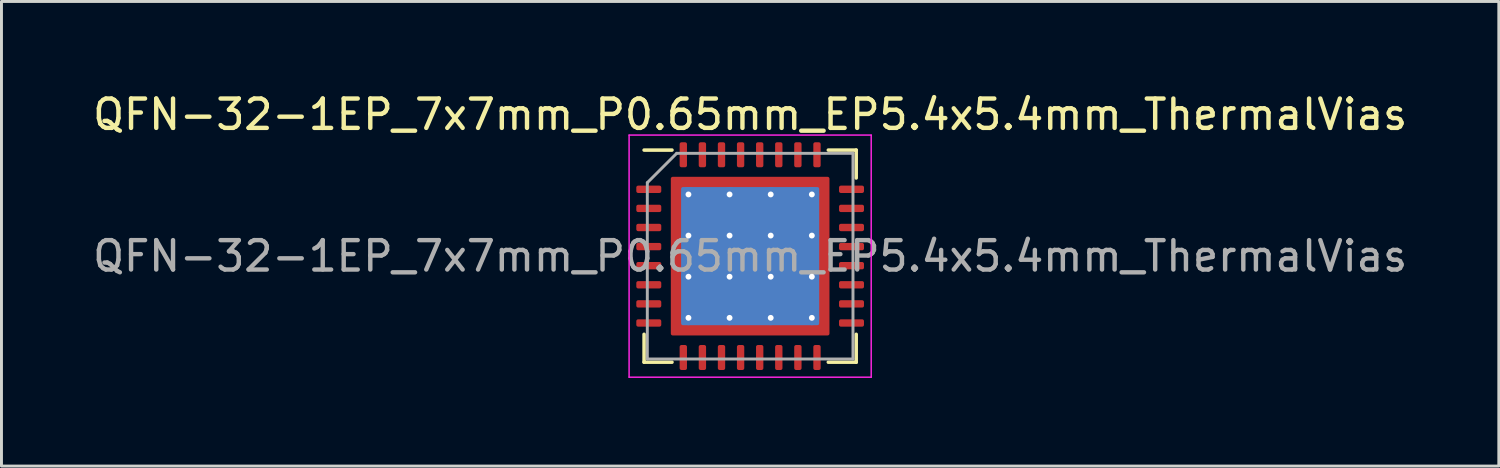
<source format=kicad_pcb>
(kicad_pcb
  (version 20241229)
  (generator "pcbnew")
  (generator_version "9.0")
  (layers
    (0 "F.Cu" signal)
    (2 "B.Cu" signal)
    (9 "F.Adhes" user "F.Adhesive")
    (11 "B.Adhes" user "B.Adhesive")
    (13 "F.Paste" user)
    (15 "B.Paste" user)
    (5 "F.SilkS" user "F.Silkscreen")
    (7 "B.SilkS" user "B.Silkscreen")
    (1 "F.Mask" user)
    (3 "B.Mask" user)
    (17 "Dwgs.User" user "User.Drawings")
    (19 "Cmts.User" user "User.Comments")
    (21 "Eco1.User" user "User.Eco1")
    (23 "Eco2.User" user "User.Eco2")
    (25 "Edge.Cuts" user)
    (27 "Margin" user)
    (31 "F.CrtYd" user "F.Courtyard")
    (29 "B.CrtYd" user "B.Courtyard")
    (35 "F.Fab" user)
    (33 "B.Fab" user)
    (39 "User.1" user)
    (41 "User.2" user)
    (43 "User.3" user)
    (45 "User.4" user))
  (footprint "QFN-32-1EP_7x7mm_P0.65mm_EP5.4x5.4mm_ThermalVias"
    (layer "F.Cu")
    (at 22.482 5.668)
    (property "Reference" "QFN-32-1EP_7x7mm_P0.65mm_EP5.4x5.4mm_ThermalVias" (at 0 -4.82 0) (layer "F.SilkS") (effects (font (size 1 1) (thickness 0.15))))
    (attr smd)
    (fp_line (start -3.61 3.61) (end -3.61 2.66) (stroke (width 0.12) (type solid)) (layer "F.SilkS"))
    (fp_line (start -2.66 -3.61) (end -3.61 -3.61) (stroke (width 0.12) (type solid)) (layer "F.SilkS"))
    (fp_line (start -2.66 3.61) (end -3.61 3.61) (stroke (width 0.12) (type solid)) (layer "F.SilkS"))
    (fp_line (start 2.66 -3.61) (end 3.61 -3.61) (stroke (width 0.12) (type solid)) (layer "F.SilkS"))
    (fp_line (start 2.66 3.61) (end 3.61 3.61) (stroke (width 0.12) (type solid)) (layer "F.SilkS"))
    (fp_line (start 3.61 -3.61) (end 3.61 -2.66) (stroke (width 0.12) (type solid)) (layer "F.SilkS"))
    (fp_line (start 3.61 3.61) (end 3.61 2.66) (stroke (width 0.12) (type solid)) (layer "F.SilkS"))
    (fp_line (start -4.12 -4.12) (end -4.12 4.12) (stroke (width 0.05) (type solid)) (layer "F.CrtYd"))
    (fp_line (start -4.12 4.12) (end 4.12 4.12) (stroke (width 0.05) (type solid)) (layer "F.CrtYd"))
    (fp_line (start 4.12 -4.12) (end -4.12 -4.12) (stroke (width 0.05) (type solid)) (layer "F.CrtYd"))
    (fp_line (start 4.12 4.12) (end 4.12 -4.12) (stroke (width 0.05) (type solid)) (layer "F.CrtYd"))
    (fp_line (start -3.5 -2.5) (end -2.5 -3.5) (stroke (width 0.1) (type solid)) (layer "F.Fab"))
    (fp_line (start -3.5 3.5) (end -3.5 -2.5) (stroke (width 0.1) (type solid)) (layer "F.Fab"))
    (fp_line (start -2.5 -3.5) (end 3.5 -3.5) (stroke (width 0.1) (type solid)) (layer "F.Fab"))
    (fp_line (start 3.5 -3.5) (end 3.5 3.5) (stroke (width 0.1) (type solid)) (layer "F.Fab"))
    (fp_line (start 3.5 3.5) (end -3.5 3.5) (stroke (width 0.1) (type solid)) (layer "F.Fab"))
    (fp_text user "${REFERENCE}" (at 0 0 0) (layer "F.Fab") (effects (font (size 1 1) (thickness 0.15))))
    (pad "" smd custom (at -2.4 -2.4) (size 0.366 0.366) (layers "F.Paste") (options (anchor circle)) (primitives (gr_poly (pts (xy -0.124 -0.124) (xy 0.124 -0.124) (xy 0.124 0.026) (xy 0.026 0.124) (xy -0.124 0.124)) (width 0.236) (fill yes))))
    (pad "" smd custom (at -2.4 -1.4) (size 0.421 0.421) (layers "F.Paste") (options (anchor circle)) (primitives (gr_poly (pts (xy -0.179 -0.501) (xy 0.127 -0.501) (xy 0.179 -0.449) (xy 0.179 0.449) (xy 0.127 0.501) (xy -0.179 0.501)) (width 0.126) (fill yes))))
    (pad "" smd custom (at -2.4 0) (size 0.421 0.421) (layers "F.Paste") (options (anchor circle)) (primitives (gr_poly (pts (xy -0.179 -0.501) (xy 0.127 -0.501) (xy 0.179 -0.449) (xy 0.179 0.449) (xy 0.127 0.501) (xy -0.179 0.501)) (width 0.126) (fill yes))))
    (pad "" smd custom (at -2.4 1.4) (size 0.421 0.421) (layers "F.Paste") (options (anchor circle)) (primitives (gr_poly (pts (xy -0.179 -0.501) (xy 0.127 -0.501) (xy 0.179 -0.449) (xy 0.179 0.449) (xy 0.127 0.501) (xy -0.179 0.501)) (width 0.126) (fill yes))))
    (pad "" smd custom (at -2.4 2.4) (size 0.366 0.366) (layers "F.Paste") (options (anchor circle)) (primitives (gr_poly (pts (xy -0.124 -0.124) (xy 0.026 -0.124) (xy 0.124 -0.026) (xy 0.124 0.124) (xy -0.124 0.124)) (width 0.236) (fill yes))))
    (pad "" smd custom (at -1.4 -2.4) (size 0.421 0.421) (layers "F.Paste") (options (anchor circle)) (primitives (gr_poly (pts (xy -0.501 -0.179) (xy 0.501 -0.179) (xy 0.501 0.127) (xy 0.449 0.179) (xy -0.449 0.179) (xy -0.501 0.127)) (width 0.126) (fill yes))))
    (pad "" smd roundrect (at -1.4 -1.4) (size 1.129 1.129) (layers "F.Paste") (roundrect_rratio 0.221))
    (pad "" smd roundrect (at -1.4 0) (size 1.129 1.129) (layers "F.Paste") (roundrect_rratio 0.221))
    (pad "" smd roundrect (at -1.4 1.4) (size 1.129 1.129) (layers "F.Paste") (roundrect_rratio 0.221))
    (pad "" smd custom (at -1.4 2.4) (size 0.421 0.421) (layers "F.Paste") (options (anchor circle)) (primitives (gr_poly (pts (xy -0.501 -0.127) (xy -0.449 -0.179) (xy 0.449 -0.179) (xy 0.501 -0.127) (xy 0.501 0.179) (xy -0.501 0.179)) (width 0.126) (fill yes))))
    (pad "" smd custom (at 0 -2.4) (size 0.421 0.421) (layers "F.Paste") (options (anchor circle)) (primitives (gr_poly (pts (xy -0.501 -0.179) (xy 0.501 -0.179) (xy 0.501 0.127) (xy 0.449 0.179) (xy -0.449 0.179) (xy -0.501 0.127)) (width 0.126) (fill yes))))
    (pad "" smd roundrect (at 0 -1.4) (size 1.129 1.129) (layers "F.Paste") (roundrect_rratio 0.221))
    (pad "" smd roundrect (at 0 0) (size 1.129 1.129) (layers "F.Paste") (roundrect_rratio 0.221))
    (pad "" smd roundrect (at 0 1.4) (size 1.129 1.129) (layers "F.Paste") (roundrect_rratio 0.221))
    (pad "" smd custom (at 0 2.4) (size 0.421 0.421) (layers "F.Paste") (options (anchor circle)) (primitives (gr_poly (pts (xy -0.501 -0.127) (xy -0.449 -0.179) (xy 0.449 -0.179) (xy 0.501 -0.127) (xy 0.501 0.179) (xy -0.501 0.179)) (width 0.126) (fill yes))))
    (pad "" smd custom (at 1.4 -2.4) (size 0.421 0.421) (layers "F.Paste") (options (anchor circle)) (primitives (gr_poly (pts (xy -0.501 -0.179) (xy 0.501 -0.179) (xy 0.501 0.127) (xy 0.449 0.179) (xy -0.449 0.179) (xy -0.501 0.127)) (width 0.126) (fill yes))))
    (pad "" smd roundrect (at 1.4 -1.4) (size 1.129 1.129) (layers "F.Paste") (roundrect_rratio 0.221))
    (pad "" smd roundrect (at 1.4 0) (size 1.129 1.129) (layers "F.Paste") (roundrect_rratio 0.221))
    (pad "" smd roundrect (at 1.4 1.4) (size 1.129 1.129) (layers "F.Paste") (roundrect_rratio 0.221))
    (pad "" smd custom (at 1.4 2.4) (size 0.421 0.421) (layers "F.Paste") (options (anchor circle)) (primitives (gr_poly (pts (xy -0.501 -0.127) (xy -0.449 -0.179) (xy 0.449 -0.179) (xy 0.501 -0.127) (xy 0.501 0.179) (xy -0.501 0.179)) (width 0.126) (fill yes))))
    (pad "" smd custom (at 2.4 -2.4) (size 0.366 0.366) (layers "F.Paste") (options (anchor circle)) (primitives (gr_poly (pts (xy -0.124 -0.124) (xy 0.124 -0.124) (xy 0.124 0.124) (xy -0.026 0.124) (xy -0.124 0.026)) (width 0.236) (fill yes))))
    (pad "" smd custom (at 2.4 -1.4) (size 0.421 0.421) (layers "F.Paste") (options (anchor circle)) (primitives (gr_poly (pts (xy -0.179 -0.449) (xy -0.127 -0.501) (xy 0.179 -0.501) (xy 0.179 0.501) (xy -0.127 0.501) (xy -0.179 0.449)) (width 0.126) (fill yes))))
    (pad "" smd custom (at 2.4 0) (size 0.421 0.421) (layers "F.Paste") (options (anchor circle)) (primitives (gr_poly (pts (xy -0.179 -0.449) (xy -0.127 -0.501) (xy 0.179 -0.501) (xy 0.179 0.501) (xy -0.127 0.501) (xy -0.179 0.449)) (width 0.126) (fill yes))))
    (pad "" smd custom (at 2.4 1.4) (size 0.421 0.421) (layers "F.Paste") (options (anchor circle)) (primitives (gr_poly (pts (xy -0.179 -0.449) (xy -0.127 -0.501) (xy 0.179 -0.501) (xy 0.179 0.501) (xy -0.127 0.501) (xy -0.179 0.449)) (width 0.126) (fill yes))))
    (pad "" smd custom (at 2.4 2.4) (size 0.366 0.366) (layers "F.Paste") (options (anchor circle)) (primitives (gr_poly (pts (xy -0.124 -0.026) (xy -0.026 -0.124) (xy 0.124 -0.124) (xy 0.124 0.124) (xy -0.124 0.124)) (width 0.236) (fill yes))))
    (pad "1" smd roundrect (at -3.45 -2.275) (size 0.85 0.25) (layers "F.Cu" "F.Mask" "F.Paste") (roundrect_rratio 0.25))
    (pad "2" smd roundrect (at -3.45 -1.625) (size 0.85 0.25) (layers "F.Cu" "F.Mask" "F.Paste") (roundrect_rratio 0.25))
    (pad "3" smd roundrect (at -3.45 -0.975) (size 0.85 0.25) (layers "F.Cu" "F.Mask" "F.Paste") (roundrect_rratio 0.25))
    (pad "4" smd roundrect (at -3.45 -0.325) (size 0.85 0.25) (layers "F.Cu" "F.Mask" "F.Paste") (roundrect_rratio 0.25))
    (pad "5" smd roundrect (at -3.45 0.325) (size 0.85 0.25) (layers "F.Cu" "F.Mask" "F.Paste") (roundrect_rratio 0.25))
    (pad "6" smd roundrect (at -3.45 0.975) (size 0.85 0.25) (layers "F.Cu" "F.Mask" "F.Paste") (roundrect_rratio 0.25))
    (pad "7" smd roundrect (at -3.45 1.625) (size 0.85 0.25) (layers "F.Cu" "F.Mask" "F.Paste") (roundrect_rratio 0.25))
    (pad "8" smd roundrect (at -3.45 2.275) (size 0.85 0.25) (layers "F.Cu" "F.Mask" "F.Paste") (roundrect_rratio 0.25))
    (pad "9" smd roundrect (at -2.275 3.45) (size 0.25 0.85) (layers "F.Cu" "F.Mask" "F.Paste") (roundrect_rratio 0.25))
    (pad "10" smd roundrect (at -1.625 3.45) (size 0.25 0.85) (layers "F.Cu" "F.Mask" "F.Paste") (roundrect_rratio 0.25))
    (pad "11" smd roundrect (at -0.975 3.45) (size 0.25 0.85) (layers "F.Cu" "F.Mask" "F.Paste") (roundrect_rratio 0.25))
    (pad "12" smd roundrect (at -0.325 3.45) (size 0.25 0.85) (layers "F.Cu" "F.Mask" "F.Paste") (roundrect_rratio 0.25))
    (pad "13" smd roundrect (at 0.325 3.45) (size 0.25 0.85) (layers "F.Cu" "F.Mask" "F.Paste") (roundrect_rratio 0.25))
    (pad "14" smd roundrect (at 0.975 3.45) (size 0.25 0.85) (layers "F.Cu" "F.Mask" "F.Paste") (roundrect_rratio 0.25))
    (pad "15" smd roundrect (at 1.625 3.45) (size 0.25 0.85) (layers "F.Cu" "F.Mask" "F.Paste") (roundrect_rratio 0.25))
    (pad "16" smd roundrect (at 2.275 3.45) (size 0.25 0.85) (layers "F.Cu" "F.Mask" "F.Paste") (roundrect_rratio 0.25))
    (pad "17" smd roundrect (at 3.45 2.275) (size 0.85 0.25) (layers "F.Cu" "F.Mask" "F.Paste") (roundrect_rratio 0.25))
    (pad "18" smd roundrect (at 3.45 1.625) (size 0.85 0.25) (layers "F.Cu" "F.Mask" "F.Paste") (roundrect_rratio 0.25))
    (pad "19" smd roundrect (at 3.45 0.975) (size 0.85 0.25) (layers "F.Cu" "F.Mask" "F.Paste") (roundrect_rratio 0.25))
    (pad "20" smd roundrect (at 3.45 0.325) (size 0.85 0.25) (layers "F.Cu" "F.Mask" "F.Paste") (roundrect_rratio 0.25))
    (pad "21" smd roundrect (at 3.45 -0.325) (size 0.85 0.25) (layers "F.Cu" "F.Mask" "F.Paste") (roundrect_rratio 0.25))
    (pad "22" smd roundrect (at 3.45 -0.975) (size 0.85 0.25) (layers "F.Cu" "F.Mask" "F.Paste") (roundrect_rratio 0.25))
    (pad "23" smd roundrect (at 3.45 -1.625) (size 0.85 0.25) (layers "F.Cu" "F.Mask" "F.Paste") (roundrect_rratio 0.25))
    (pad "24" smd roundrect (at 3.45 -2.275) (size 0.85 0.25) (layers "F.Cu" "F.Mask" "F.Paste") (roundrect_rratio 0.25))
    (pad "25" smd roundrect (at 2.275 -3.45) (size 0.25 0.85) (layers "F.Cu" "F.Mask" "F.Paste") (roundrect_rratio 0.25))
    (pad "26" smd roundrect (at 1.625 -3.45) (size 0.25 0.85) (layers "F.Cu" "F.Mask" "F.Paste") (roundrect_rratio 0.25))
    (pad "27" smd roundrect (at 0.975 -3.45) (size 0.25 0.85) (layers "F.Cu" "F.Mask" "F.Paste") (roundrect_rratio 0.25))
    (pad "28" smd roundrect (at 0.325 -3.45) (size 0.25 0.85) (layers "F.Cu" "F.Mask" "F.Paste") (roundrect_rratio 0.25))
    (pad "29" smd roundrect (at -0.325 -3.45) (size 0.25 0.85) (layers "F.Cu" "F.Mask" "F.Paste") (roundrect_rratio 0.25))
    (pad "30" smd roundrect (at -0.975 -3.45) (size 0.25 0.85) (layers "F.Cu" "F.Mask" "F.Paste") (roundrect_rratio 0.25))
    (pad "31" smd roundrect (at -1.625 -3.45) (size 0.25 0.85) (layers "F.Cu" "F.Mask" "F.Paste") (roundrect_rratio 0.25))
    (pad "32" smd roundrect (at -2.275 -3.45) (size 0.25 0.85) (layers "F.Cu" "F.Mask" "F.Paste") (roundrect_rratio 0.25))
    (pad "33" thru_hole circle (at -2.1 -2.1) (size 0.5 0.5) (drill 0.2) (layers "*.Cu"))
    (pad "33" thru_hole circle (at -2.1 -0.7) (size 0.5 0.5) (drill 0.2) (layers "*.Cu"))
    (pad "33" thru_hole circle (at -2.1 0.7) (size 0.5 0.5) (drill 0.2) (layers "*.Cu"))
    (pad "33" thru_hole circle (at -2.1 2.1) (size 0.5 0.5) (drill 0.2) (layers "*.Cu"))
    (pad "33" thru_hole circle (at -0.7 -2.1) (size 0.5 0.5) (drill 0.2) (layers "*.Cu"))
    (pad "33" thru_hole circle (at -0.7 -0.7) (size 0.5 0.5) (drill 0.2) (layers "*.Cu"))
    (pad "33" thru_hole circle (at -0.7 0.7) (size 0.5 0.5) (drill 0.2) (layers "*.Cu"))
    (pad "33" thru_hole circle (at -0.7 2.1) (size 0.5 0.5) (drill 0.2) (layers "*.Cu"))
    (pad "33" smd roundrect (at 0 0) (size 4.7 4.7) (layers "B.Cu") (roundrect_rratio 0.013))
    (pad "33" smd roundrect (at 0 0) (size 5.4 5.4) (layers "F.Cu" "F.Mask") (roundrect_rratio 0.012))
    (pad "33" thru_hole circle (at 0.7 -2.1) (size 0.5 0.5) (drill 0.2) (layers "*.Cu"))
    (pad "33" thru_hole circle (at 0.7 -0.7) (size 0.5 0.5) (drill 0.2) (layers "*.Cu"))
    (pad "33" thru_hole circle (at 0.7 0.7) (size 0.5 0.5) (drill 0.2) (layers "*.Cu"))
    (pad "33" thru_hole circle (at 0.7 2.1) (size 0.5 0.5) (drill 0.2) (layers "*.Cu"))
    (pad "33" thru_hole circle (at 2.1 -2.1) (size 0.5 0.5) (drill 0.2) (layers "*.Cu"))
    (pad "33" thru_hole circle (at 2.1 -0.7) (size 0.5 0.5) (drill 0.2) (layers "*.Cu"))
    (pad "33" thru_hole circle (at 2.1 0.7) (size 0.5 0.5) (drill 0.2) (layers "*.Cu"))
    (pad "33" thru_hole circle (at 2.1 2.1) (size 0.5 0.5) (drill 0.2) (layers "*.Cu")))
  (gr_rect
    (start -3 -3)
    (end 47.964 12.813)
    (stroke (width 0.1) (type default))
    (fill no)
    (layer "Edge.Cuts")))
</source>
